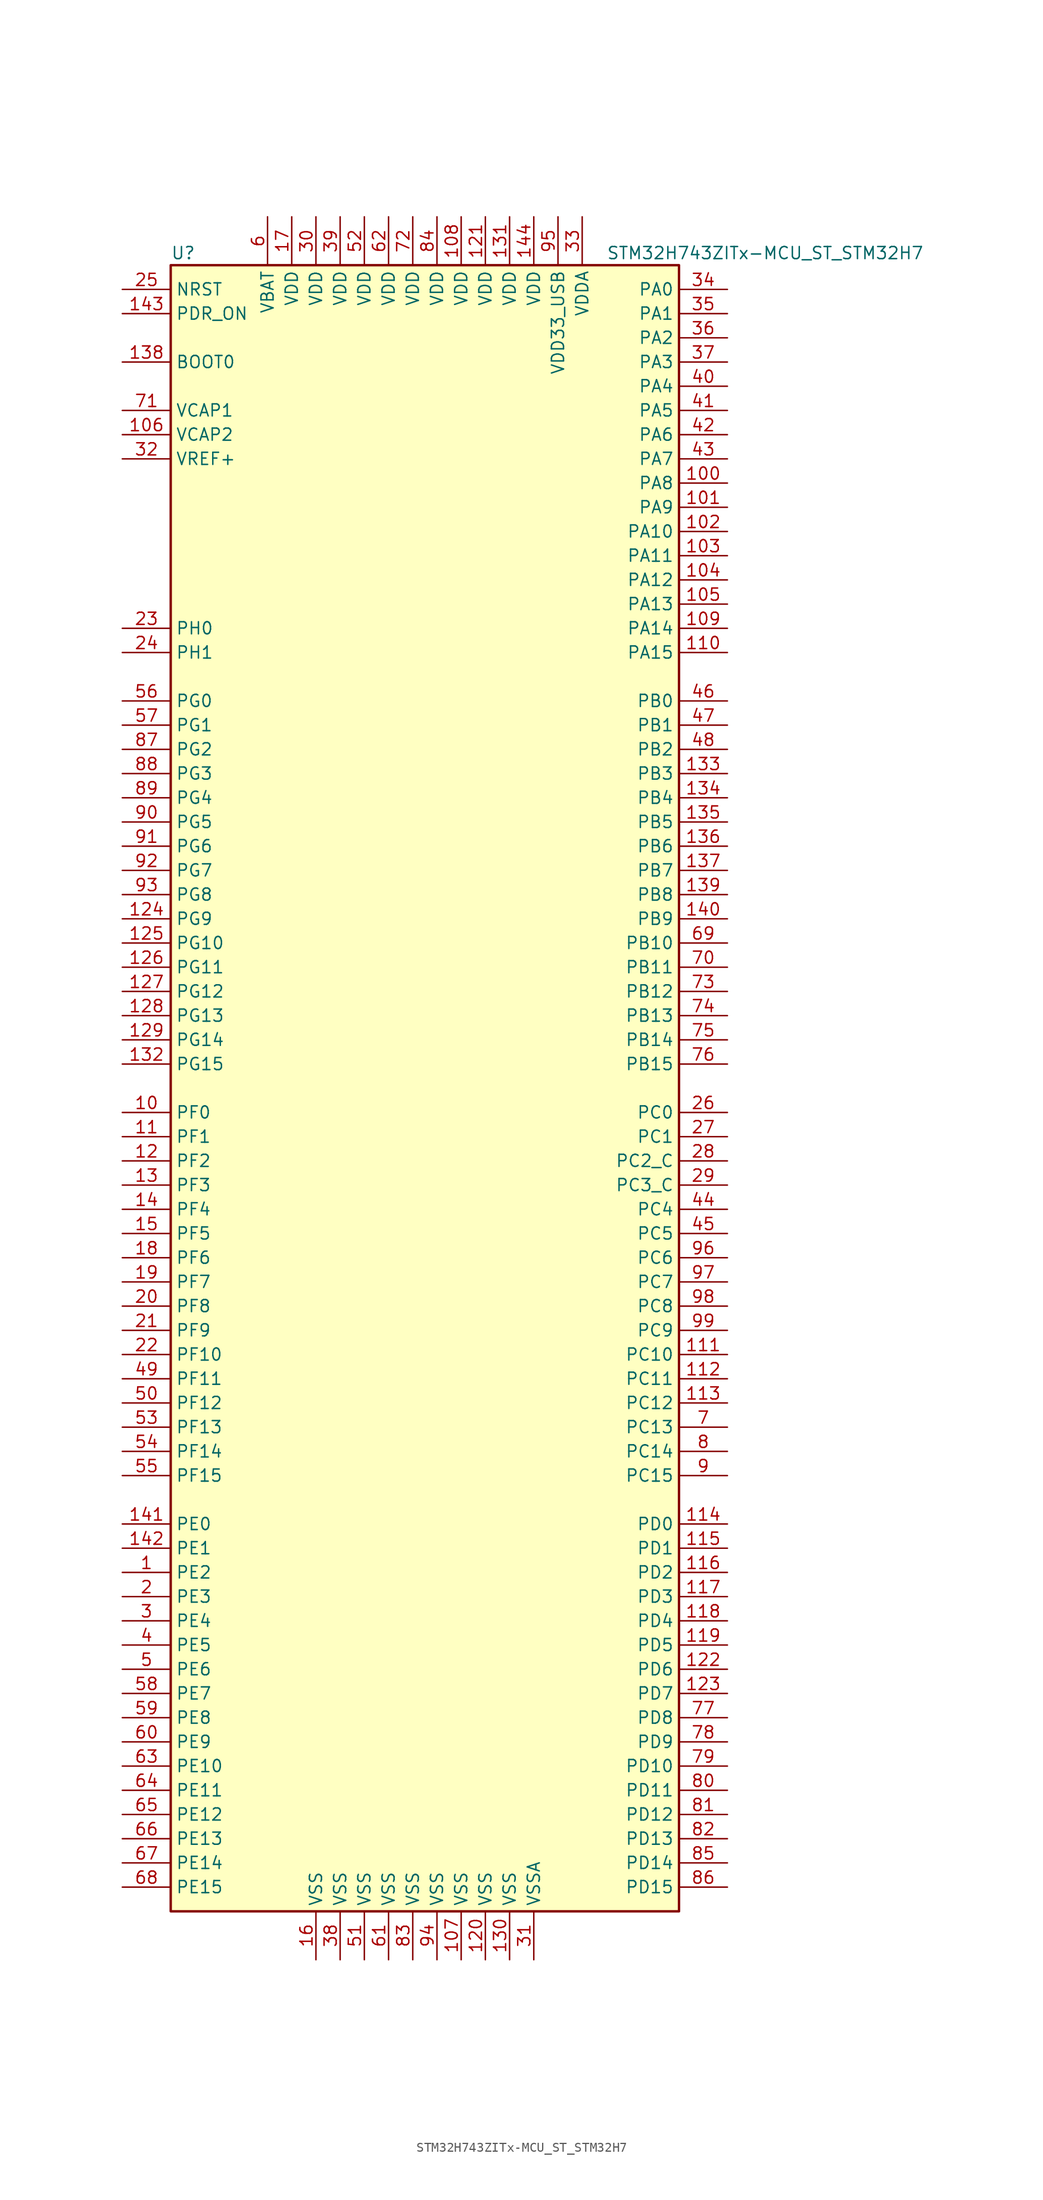
<source format=kicad_sym>
(kicad_symbol_lib
  (version 20210619)
  (generator kicad_symbol_editor)
  (symbol "ads131:STM32H743ZITx-MCU_ST_STM32H7"
    (property "Reference" "U"
      (at -27.94 87.63 0)
      (effects (font (size 1.27 1.27)) (justify left)))
    (property "Value" "STM32H743ZITx-MCU_ST_STM32H7"
      (at 17.78 87.63 0)
      (effects (font (size 1.27 1.27)) (justify left)))
    (symbol "STM32H743ZITx-MCU_ST_STM32H7_0_1"
      (rectangle (start -27.94 -86.36) (end 25.4 86.36) (stroke (width 0.254)) (fill (type background))))
    (symbol "STM32H743ZITx-MCU_ST_STM32H7_1_1"
      (pin bidirectional line (at -33.02 -50.8 0) (length 5.08) (name "PE2" (effects (font (size 1.27 1.27)))) (number "1" (effects (font (size 1.27 1.27)))))
      (pin bidirectional line (at -33.02 -2.54 0) (length 5.08) (name "PF0" (effects (font (size 1.27 1.27)))) (number "10" (effects (font (size 1.27 1.27)))))
      (pin bidirectional line (at 30.48 63.5 180) (length 5.08) (name "PA8" (effects (font (size 1.27 1.27)))) (number "100" (effects (font (size 1.27 1.27)))))
      (pin bidirectional line (at 30.48 60.96 180) (length 5.08) (name "PA9" (effects (font (size 1.27 1.27)))) (number "101" (effects (font (size 1.27 1.27)))))
      (pin bidirectional line (at 30.48 58.42 180) (length 5.08) (name "PA10" (effects (font (size 1.27 1.27)))) (number "102" (effects (font (size 1.27 1.27)))))
      (pin bidirectional line (at 30.48 55.88 180) (length 5.08) (name "PA11" (effects (font (size 1.27 1.27)))) (number "103" (effects (font (size 1.27 1.27)))))
      (pin bidirectional line (at 30.48 53.34 180) (length 5.08) (name "PA12" (effects (font (size 1.27 1.27)))) (number "104" (effects (font (size 1.27 1.27)))))
      (pin bidirectional line (at 30.48 50.8 180) (length 5.08) (name "PA13" (effects (font (size 1.27 1.27)))) (number "105" (effects (font (size 1.27 1.27)))))
      (pin power_in line (at -33.02 68.58 0) (length 5.08) (name "VCAP2" (effects (font (size 1.27 1.27)))) (number "106" (effects (font (size 1.27 1.27)))))
      (pin power_in line (at 2.54 -91.44 90) (length 5.08) (name "VSS" (effects (font (size 1.27 1.27)))) (number "107" (effects (font (size 1.27 1.27)))))
      (pin power_in line (at 2.54 91.44 270) (length 5.08) (name "VDD" (effects (font (size 1.27 1.27)))) (number "108" (effects (font (size 1.27 1.27)))))
      (pin bidirectional line (at 30.48 48.26 180) (length 5.08) (name "PA14" (effects (font (size 1.27 1.27)))) (number "109" (effects (font (size 1.27 1.27)))))
      (pin bidirectional line (at -33.02 -5.08 0) (length 5.08) (name "PF1" (effects (font (size 1.27 1.27)))) (number "11" (effects (font (size 1.27 1.27)))))
      (pin bidirectional line (at 30.48 45.72 180) (length 5.08) (name "PA15" (effects (font (size 1.27 1.27)))) (number "110" (effects (font (size 1.27 1.27)))))
      (pin bidirectional line (at 30.48 -27.94 180) (length 5.08) (name "PC10" (effects (font (size 1.27 1.27)))) (number "111" (effects (font (size 1.27 1.27)))))
      (pin bidirectional line (at 30.48 -30.48 180) (length 5.08) (name "PC11" (effects (font (size 1.27 1.27)))) (number "112" (effects (font (size 1.27 1.27)))))
      (pin bidirectional line (at 30.48 -33.02 180) (length 5.08) (name "PC12" (effects (font (size 1.27 1.27)))) (number "113" (effects (font (size 1.27 1.27)))))
      (pin bidirectional line (at 30.48 -45.72 180) (length 5.08) (name "PD0" (effects (font (size 1.27 1.27)))) (number "114" (effects (font (size 1.27 1.27)))))
      (pin bidirectional line (at 30.48 -48.26 180) (length 5.08) (name "PD1" (effects (font (size 1.27 1.27)))) (number "115" (effects (font (size 1.27 1.27)))))
      (pin bidirectional line (at 30.48 -50.8 180) (length 5.08) (name "PD2" (effects (font (size 1.27 1.27)))) (number "116" (effects (font (size 1.27 1.27)))))
      (pin bidirectional line (at 30.48 -53.34 180) (length 5.08) (name "PD3" (effects (font (size 1.27 1.27)))) (number "117" (effects (font (size 1.27 1.27)))))
      (pin bidirectional line (at 30.48 -55.88 180) (length 5.08) (name "PD4" (effects (font (size 1.27 1.27)))) (number "118" (effects (font (size 1.27 1.27)))))
      (pin bidirectional line (at 30.48 -58.42 180) (length 5.08) (name "PD5" (effects (font (size 1.27 1.27)))) (number "119" (effects (font (size 1.27 1.27)))))
      (pin bidirectional line (at -33.02 -7.62 0) (length 5.08) (name "PF2" (effects (font (size 1.27 1.27)))) (number "12" (effects (font (size 1.27 1.27)))))
      (pin power_in line (at 5.08 -91.44 90) (length 5.08) (name "VSS" (effects (font (size 1.27 1.27)))) (number "120" (effects (font (size 1.27 1.27)))))
      (pin power_in line (at 5.08 91.44 270) (length 5.08) (name "VDD" (effects (font (size 1.27 1.27)))) (number "121" (effects (font (size 1.27 1.27)))))
      (pin bidirectional line (at 30.48 -60.96 180) (length 5.08) (name "PD6" (effects (font (size 1.27 1.27)))) (number "122" (effects (font (size 1.27 1.27)))))
      (pin bidirectional line (at 30.48 -63.5 180) (length 5.08) (name "PD7" (effects (font (size 1.27 1.27)))) (number "123" (effects (font (size 1.27 1.27)))))
      (pin bidirectional line (at -33.02 17.78 0) (length 5.08) (name "PG9" (effects (font (size 1.27 1.27)))) (number "124" (effects (font (size 1.27 1.27)))))
      (pin bidirectional line (at -33.02 15.24 0) (length 5.08) (name "PG10" (effects (font (size 1.27 1.27)))) (number "125" (effects (font (size 1.27 1.27)))))
      (pin bidirectional line (at -33.02 12.7 0) (length 5.08) (name "PG11" (effects (font (size 1.27 1.27)))) (number "126" (effects (font (size 1.27 1.27)))))
      (pin bidirectional line (at -33.02 10.16 0) (length 5.08) (name "PG12" (effects (font (size 1.27 1.27)))) (number "127" (effects (font (size 1.27 1.27)))))
      (pin bidirectional line (at -33.02 7.62 0) (length 5.08) (name "PG13" (effects (font (size 1.27 1.27)))) (number "128" (effects (font (size 1.27 1.27)))))
      (pin bidirectional line (at -33.02 5.08 0) (length 5.08) (name "PG14" (effects (font (size 1.27 1.27)))) (number "129" (effects (font (size 1.27 1.27)))))
      (pin bidirectional line (at -33.02 -10.16 0) (length 5.08) (name "PF3" (effects (font (size 1.27 1.27)))) (number "13" (effects (font (size 1.27 1.27)))))
      (pin power_in line (at 7.62 -91.44 90) (length 5.08) (name "VSS" (effects (font (size 1.27 1.27)))) (number "130" (effects (font (size 1.27 1.27)))))
      (pin power_in line (at 7.62 91.44 270) (length 5.08) (name "VDD" (effects (font (size 1.27 1.27)))) (number "131" (effects (font (size 1.27 1.27)))))
      (pin bidirectional line (at -33.02 2.54 0) (length 5.08) (name "PG15" (effects (font (size 1.27 1.27)))) (number "132" (effects (font (size 1.27 1.27)))))
      (pin bidirectional line (at 30.48 33.02 180) (length 5.08) (name "PB3" (effects (font (size 1.27 1.27)))) (number "133" (effects (font (size 1.27 1.27)))))
      (pin bidirectional line (at 30.48 30.48 180) (length 5.08) (name "PB4" (effects (font (size 1.27 1.27)))) (number "134" (effects (font (size 1.27 1.27)))))
      (pin bidirectional line (at 30.48 27.94 180) (length 5.08) (name "PB5" (effects (font (size 1.27 1.27)))) (number "135" (effects (font (size 1.27 1.27)))))
      (pin bidirectional line (at 30.48 25.4 180) (length 5.08) (name "PB6" (effects (font (size 1.27 1.27)))) (number "136" (effects (font (size 1.27 1.27)))))
      (pin bidirectional line (at 30.48 22.86 180) (length 5.08) (name "PB7" (effects (font (size 1.27 1.27)))) (number "137" (effects (font (size 1.27 1.27)))))
      (pin input line (at -33.02 76.2 0) (length 5.08) (name "BOOT0" (effects (font (size 1.27 1.27)))) (number "138" (effects (font (size 1.27 1.27)))))
      (pin bidirectional line (at 30.48 20.32 180) (length 5.08) (name "PB8" (effects (font (size 1.27 1.27)))) (number "139" (effects (font (size 1.27 1.27)))))
      (pin bidirectional line (at -33.02 -12.7 0) (length 5.08) (name "PF4" (effects (font (size 1.27 1.27)))) (number "14" (effects (font (size 1.27 1.27)))))
      (pin bidirectional line (at 30.48 17.78 180) (length 5.08) (name "PB9" (effects (font (size 1.27 1.27)))) (number "140" (effects (font (size 1.27 1.27)))))
      (pin bidirectional line (at -33.02 -45.72 0) (length 5.08) (name "PE0" (effects (font (size 1.27 1.27)))) (number "141" (effects (font (size 1.27 1.27)))))
      (pin bidirectional line (at -33.02 -48.26 0) (length 5.08) (name "PE1" (effects (font (size 1.27 1.27)))) (number "142" (effects (font (size 1.27 1.27)))))
      (pin input line (at -33.02 81.28 0) (length 5.08) (name "PDR_ON" (effects (font (size 1.27 1.27)))) (number "143" (effects (font (size 1.27 1.27)))))
      (pin power_in line (at 10.16 91.44 270) (length 5.08) (name "VDD" (effects (font (size 1.27 1.27)))) (number "144" (effects (font (size 1.27 1.27)))))
      (pin bidirectional line (at -33.02 -15.24 0) (length 5.08) (name "PF5" (effects (font (size 1.27 1.27)))) (number "15" (effects (font (size 1.27 1.27)))))
      (pin power_in line (at -12.7 -91.44 90) (length 5.08) (name "VSS" (effects (font (size 1.27 1.27)))) (number "16" (effects (font (size 1.27 1.27)))))
      (pin power_in line (at -15.24 91.44 270) (length 5.08) (name "VDD" (effects (font (size 1.27 1.27)))) (number "17" (effects (font (size 1.27 1.27)))))
      (pin bidirectional line (at -33.02 -17.78 0) (length 5.08) (name "PF6" (effects (font (size 1.27 1.27)))) (number "18" (effects (font (size 1.27 1.27)))))
      (pin bidirectional line (at -33.02 -20.32 0) (length 5.08) (name "PF7" (effects (font (size 1.27 1.27)))) (number "19" (effects (font (size 1.27 1.27)))))
      (pin bidirectional line (at -33.02 -53.34 0) (length 5.08) (name "PE3" (effects (font (size 1.27 1.27)))) (number "2" (effects (font (size 1.27 1.27)))))
      (pin bidirectional line (at -33.02 -22.86 0) (length 5.08) (name "PF8" (effects (font (size 1.27 1.27)))) (number "20" (effects (font (size 1.27 1.27)))))
      (pin bidirectional line (at -33.02 -25.4 0) (length 5.08) (name "PF9" (effects (font (size 1.27 1.27)))) (number "21" (effects (font (size 1.27 1.27)))))
      (pin bidirectional line (at -33.02 -27.94 0) (length 5.08) (name "PF10" (effects (font (size 1.27 1.27)))) (number "22" (effects (font (size 1.27 1.27)))))
      (pin input line (at -33.02 48.26 0) (length 5.08) (name "PH0" (effects (font (size 1.27 1.27)))) (number "23" (effects (font (size 1.27 1.27)))))
      (pin input line (at -33.02 45.72 0) (length 5.08) (name "PH1" (effects (font (size 1.27 1.27)))) (number "24" (effects (font (size 1.27 1.27)))))
      (pin input line (at -33.02 83.82 0) (length 5.08) (name "NRST" (effects (font (size 1.27 1.27)))) (number "25" (effects (font (size 1.27 1.27)))))
      (pin bidirectional line (at 30.48 -2.54 180) (length 5.08) (name "PC0" (effects (font (size 1.27 1.27)))) (number "26" (effects (font (size 1.27 1.27)))))
      (pin bidirectional line (at 30.48 -5.08 180) (length 5.08) (name "PC1" (effects (font (size 1.27 1.27)))) (number "27" (effects (font (size 1.27 1.27)))))
      (pin bidirectional line (at 30.48 -7.62 180) (length 5.08) (name "PC2_C" (effects (font (size 1.27 1.27)))) (number "28" (effects (font (size 1.27 1.27)))))
      (pin bidirectional line (at 30.48 -10.16 180) (length 5.08) (name "PC3_C" (effects (font (size 1.27 1.27)))) (number "29" (effects (font (size 1.27 1.27)))))
      (pin bidirectional line (at -33.02 -55.88 0) (length 5.08) (name "PE4" (effects (font (size 1.27 1.27)))) (number "3" (effects (font (size 1.27 1.27)))))
      (pin power_in line (at -12.7 91.44 270) (length 5.08) (name "VDD" (effects (font (size 1.27 1.27)))) (number "30" (effects (font (size 1.27 1.27)))))
      (pin power_in line (at 10.16 -91.44 90) (length 5.08) (name "VSSA" (effects (font (size 1.27 1.27)))) (number "31" (effects (font (size 1.27 1.27)))))
      (pin bidirectional line (at -33.02 66.04 0) (length 5.08) (name "VREF+" (effects (font (size 1.27 1.27)))) (number "32" (effects (font (size 1.27 1.27)))))
      (pin power_in line (at 15.24 91.44 270) (length 5.08) (name "VDDA" (effects (font (size 1.27 1.27)))) (number "33" (effects (font (size 1.27 1.27)))))
      (pin bidirectional line (at 30.48 83.82 180) (length 5.08) (name "PA0" (effects (font (size 1.27 1.27)))) (number "34" (effects (font (size 1.27 1.27)))))
      (pin bidirectional line (at 30.48 81.28 180) (length 5.08) (name "PA1" (effects (font (size 1.27 1.27)))) (number "35" (effects (font (size 1.27 1.27)))))
      (pin bidirectional line (at 30.48 78.74 180) (length 5.08) (name "PA2" (effects (font (size 1.27 1.27)))) (number "36" (effects (font (size 1.27 1.27)))))
      (pin bidirectional line (at 30.48 76.2 180) (length 5.08) (name "PA3" (effects (font (size 1.27 1.27)))) (number "37" (effects (font (size 1.27 1.27)))))
      (pin power_in line (at -10.16 -91.44 90) (length 5.08) (name "VSS" (effects (font (size 1.27 1.27)))) (number "38" (effects (font (size 1.27 1.27)))))
      (pin power_in line (at -10.16 91.44 270) (length 5.08) (name "VDD" (effects (font (size 1.27 1.27)))) (number "39" (effects (font (size 1.27 1.27)))))
      (pin bidirectional line (at -33.02 -58.42 0) (length 5.08) (name "PE5" (effects (font (size 1.27 1.27)))) (number "4" (effects (font (size 1.27 1.27)))))
      (pin bidirectional line (at 30.48 73.66 180) (length 5.08) (name "PA4" (effects (font (size 1.27 1.27)))) (number "40" (effects (font (size 1.27 1.27)))))
      (pin bidirectional line (at 30.48 71.12 180) (length 5.08) (name "PA5" (effects (font (size 1.27 1.27)))) (number "41" (effects (font (size 1.27 1.27)))))
      (pin bidirectional line (at 30.48 68.58 180) (length 5.08) (name "PA6" (effects (font (size 1.27 1.27)))) (number "42" (effects (font (size 1.27 1.27)))))
      (pin bidirectional line (at 30.48 66.04 180) (length 5.08) (name "PA7" (effects (font (size 1.27 1.27)))) (number "43" (effects (font (size 1.27 1.27)))))
      (pin bidirectional line (at 30.48 -12.7 180) (length 5.08) (name "PC4" (effects (font (size 1.27 1.27)))) (number "44" (effects (font (size 1.27 1.27)))))
      (pin bidirectional line (at 30.48 -15.24 180) (length 5.08) (name "PC5" (effects (font (size 1.27 1.27)))) (number "45" (effects (font (size 1.27 1.27)))))
      (pin bidirectional line (at 30.48 40.64 180) (length 5.08) (name "PB0" (effects (font (size 1.27 1.27)))) (number "46" (effects (font (size 1.27 1.27)))))
      (pin bidirectional line (at 30.48 38.1 180) (length 5.08) (name "PB1" (effects (font (size 1.27 1.27)))) (number "47" (effects (font (size 1.27 1.27)))))
      (pin bidirectional line (at 30.48 35.56 180) (length 5.08) (name "PB2" (effects (font (size 1.27 1.27)))) (number "48" (effects (font (size 1.27 1.27)))))
      (pin bidirectional line (at -33.02 -30.48 0) (length 5.08) (name "PF11" (effects (font (size 1.27 1.27)))) (number "49" (effects (font (size 1.27 1.27)))))
      (pin bidirectional line (at -33.02 -60.96 0) (length 5.08) (name "PE6" (effects (font (size 1.27 1.27)))) (number "5" (effects (font (size 1.27 1.27)))))
      (pin bidirectional line (at -33.02 -33.02 0) (length 5.08) (name "PF12" (effects (font (size 1.27 1.27)))) (number "50" (effects (font (size 1.27 1.27)))))
      (pin power_in line (at -7.62 -91.44 90) (length 5.08) (name "VSS" (effects (font (size 1.27 1.27)))) (number "51" (effects (font (size 1.27 1.27)))))
      (pin power_in line (at -7.62 91.44 270) (length 5.08) (name "VDD" (effects (font (size 1.27 1.27)))) (number "52" (effects (font (size 1.27 1.27)))))
      (pin bidirectional line (at -33.02 -35.56 0) (length 5.08) (name "PF13" (effects (font (size 1.27 1.27)))) (number "53" (effects (font (size 1.27 1.27)))))
      (pin bidirectional line (at -33.02 -38.1 0) (length 5.08) (name "PF14" (effects (font (size 1.27 1.27)))) (number "54" (effects (font (size 1.27 1.27)))))
      (pin bidirectional line (at -33.02 -40.64 0) (length 5.08) (name "PF15" (effects (font (size 1.27 1.27)))) (number "55" (effects (font (size 1.27 1.27)))))
      (pin bidirectional line (at -33.02 40.64 0) (length 5.08) (name "PG0" (effects (font (size 1.27 1.27)))) (number "56" (effects (font (size 1.27 1.27)))))
      (pin bidirectional line (at -33.02 38.1 0) (length 5.08) (name "PG1" (effects (font (size 1.27 1.27)))) (number "57" (effects (font (size 1.27 1.27)))))
      (pin bidirectional line (at -33.02 -63.5 0) (length 5.08) (name "PE7" (effects (font (size 1.27 1.27)))) (number "58" (effects (font (size 1.27 1.27)))))
      (pin bidirectional line (at -33.02 -66.04 0) (length 5.08) (name "PE8" (effects (font (size 1.27 1.27)))) (number "59" (effects (font (size 1.27 1.27)))))
      (pin power_in line (at -17.78 91.44 270) (length 5.08) (name "VBAT" (effects (font (size 1.27 1.27)))) (number "6" (effects (font (size 1.27 1.27)))))
      (pin bidirectional line (at -33.02 -68.58 0) (length 5.08) (name "PE9" (effects (font (size 1.27 1.27)))) (number "60" (effects (font (size 1.27 1.27)))))
      (pin power_in line (at -5.08 -91.44 90) (length 5.08) (name "VSS" (effects (font (size 1.27 1.27)))) (number "61" (effects (font (size 1.27 1.27)))))
      (pin power_in line (at -5.08 91.44 270) (length 5.08) (name "VDD" (effects (font (size 1.27 1.27)))) (number "62" (effects (font (size 1.27 1.27)))))
      (pin bidirectional line (at -33.02 -71.12 0) (length 5.08) (name "PE10" (effects (font (size 1.27 1.27)))) (number "63" (effects (font (size 1.27 1.27)))))
      (pin bidirectional line (at -33.02 -73.66 0) (length 5.08) (name "PE11" (effects (font (size 1.27 1.27)))) (number "64" (effects (font (size 1.27 1.27)))))
      (pin bidirectional line (at -33.02 -76.2 0) (length 5.08) (name "PE12" (effects (font (size 1.27 1.27)))) (number "65" (effects (font (size 1.27 1.27)))))
      (pin bidirectional line (at -33.02 -78.74 0) (length 5.08) (name "PE13" (effects (font (size 1.27 1.27)))) (number "66" (effects (font (size 1.27 1.27)))))
      (pin bidirectional line (at -33.02 -81.28 0) (length 5.08) (name "PE14" (effects (font (size 1.27 1.27)))) (number "67" (effects (font (size 1.27 1.27)))))
      (pin bidirectional line (at -33.02 -83.82 0) (length 5.08) (name "PE15" (effects (font (size 1.27 1.27)))) (number "68" (effects (font (size 1.27 1.27)))))
      (pin bidirectional line (at 30.48 15.24 180) (length 5.08) (name "PB10" (effects (font (size 1.27 1.27)))) (number "69" (effects (font (size 1.27 1.27)))))
      (pin bidirectional line (at 30.48 -35.56 180) (length 5.08) (name "PC13" (effects (font (size 1.27 1.27)))) (number "7" (effects (font (size 1.27 1.27)))))
      (pin bidirectional line (at 30.48 12.7 180) (length 5.08) (name "PB11" (effects (font (size 1.27 1.27)))) (number "70" (effects (font (size 1.27 1.27)))))
      (pin power_in line (at -33.02 71.12 0) (length 5.08) (name "VCAP1" (effects (font (size 1.27 1.27)))) (number "71" (effects (font (size 1.27 1.27)))))
      (pin power_in line (at -2.54 91.44 270) (length 5.08) (name "VDD" (effects (font (size 1.27 1.27)))) (number "72" (effects (font (size 1.27 1.27)))))
      (pin bidirectional line (at 30.48 10.16 180) (length 5.08) (name "PB12" (effects (font (size 1.27 1.27)))) (number "73" (effects (font (size 1.27 1.27)))))
      (pin bidirectional line (at 30.48 7.62 180) (length 5.08) (name "PB13" (effects (font (size 1.27 1.27)))) (number "74" (effects (font (size 1.27 1.27)))))
      (pin bidirectional line (at 30.48 5.08 180) (length 5.08) (name "PB14" (effects (font (size 1.27 1.27)))) (number "75" (effects (font (size 1.27 1.27)))))
      (pin bidirectional line (at 30.48 2.54 180) (length 5.08) (name "PB15" (effects (font (size 1.27 1.27)))) (number "76" (effects (font (size 1.27 1.27)))))
      (pin bidirectional line (at 30.48 -66.04 180) (length 5.08) (name "PD8" (effects (font (size 1.27 1.27)))) (number "77" (effects (font (size 1.27 1.27)))))
      (pin bidirectional line (at 30.48 -68.58 180) (length 5.08) (name "PD9" (effects (font (size 1.27 1.27)))) (number "78" (effects (font (size 1.27 1.27)))))
      (pin bidirectional line (at 30.48 -71.12 180) (length 5.08) (name "PD10" (effects (font (size 1.27 1.27)))) (number "79" (effects (font (size 1.27 1.27)))))
      (pin bidirectional line (at 30.48 -38.1 180) (length 5.08) (name "PC14" (effects (font (size 1.27 1.27)))) (number "8" (effects (font (size 1.27 1.27)))))
      (pin bidirectional line (at 30.48 -73.66 180) (length 5.08) (name "PD11" (effects (font (size 1.27 1.27)))) (number "80" (effects (font (size 1.27 1.27)))))
      (pin bidirectional line (at 30.48 -76.2 180) (length 5.08) (name "PD12" (effects (font (size 1.27 1.27)))) (number "81" (effects (font (size 1.27 1.27)))))
      (pin bidirectional line (at 30.48 -78.74 180) (length 5.08) (name "PD13" (effects (font (size 1.27 1.27)))) (number "82" (effects (font (size 1.27 1.27)))))
      (pin power_in line (at -2.54 -91.44 90) (length 5.08) (name "VSS" (effects (font (size 1.27 1.27)))) (number "83" (effects (font (size 1.27 1.27)))))
      (pin power_in line (at 0 91.44 270) (length 5.08) (name "VDD" (effects (font (size 1.27 1.27)))) (number "84" (effects (font (size 1.27 1.27)))))
      (pin bidirectional line (at 30.48 -81.28 180) (length 5.08) (name "PD14" (effects (font (size 1.27 1.27)))) (number "85" (effects (font (size 1.27 1.27)))))
      (pin bidirectional line (at 30.48 -83.82 180) (length 5.08) (name "PD15" (effects (font (size 1.27 1.27)))) (number "86" (effects (font (size 1.27 1.27)))))
      (pin bidirectional line (at -33.02 35.56 0) (length 5.08) (name "PG2" (effects (font (size 1.27 1.27)))) (number "87" (effects (font (size 1.27 1.27)))))
      (pin bidirectional line (at -33.02 33.02 0) (length 5.08) (name "PG3" (effects (font (size 1.27 1.27)))) (number "88" (effects (font (size 1.27 1.27)))))
      (pin bidirectional line (at -33.02 30.48 0) (length 5.08) (name "PG4" (effects (font (size 1.27 1.27)))) (number "89" (effects (font (size 1.27 1.27)))))
      (pin bidirectional line (at 30.48 -40.64 180) (length 5.08) (name "PC15" (effects (font (size 1.27 1.27)))) (number "9" (effects (font (size 1.27 1.27)))))
      (pin bidirectional line (at -33.02 27.94 0) (length 5.08) (name "PG5" (effects (font (size 1.27 1.27)))) (number "90" (effects (font (size 1.27 1.27)))))
      (pin bidirectional line (at -33.02 25.4 0) (length 5.08) (name "PG6" (effects (font (size 1.27 1.27)))) (number "91" (effects (font (size 1.27 1.27)))))
      (pin bidirectional line (at -33.02 22.86 0) (length 5.08) (name "PG7" (effects (font (size 1.27 1.27)))) (number "92" (effects (font (size 1.27 1.27)))))
      (pin bidirectional line (at -33.02 20.32 0) (length 5.08) (name "PG8" (effects (font (size 1.27 1.27)))) (number "93" (effects (font (size 1.27 1.27)))))
      (pin power_in line (at 0 -91.44 90) (length 5.08) (name "VSS" (effects (font (size 1.27 1.27)))) (number "94" (effects (font (size 1.27 1.27)))))
      (pin power_in line (at 12.7 91.44 270) (length 5.08) (name "VDD33_USB" (effects (font (size 1.27 1.27)))) (number "95" (effects (font (size 1.27 1.27)))))
      (pin bidirectional line (at 30.48 -17.78 180) (length 5.08) (name "PC6" (effects (font (size 1.27 1.27)))) (number "96" (effects (font (size 1.27 1.27)))))
      (pin bidirectional line (at 30.48 -20.32 180) (length 5.08) (name "PC7" (effects (font (size 1.27 1.27)))) (number "97" (effects (font (size 1.27 1.27)))))
      (pin bidirectional line (at 30.48 -22.86 180) (length 5.08) (name "PC8" (effects (font (size 1.27 1.27)))) (number "98" (effects (font (size 1.27 1.27)))))
      (pin bidirectional line (at 30.48 -25.4 180) (length 5.08) (name "PC9" (effects (font (size 1.27 1.27)))) (number "99" (effects (font (size 1.27 1.27))))))))
</source>
